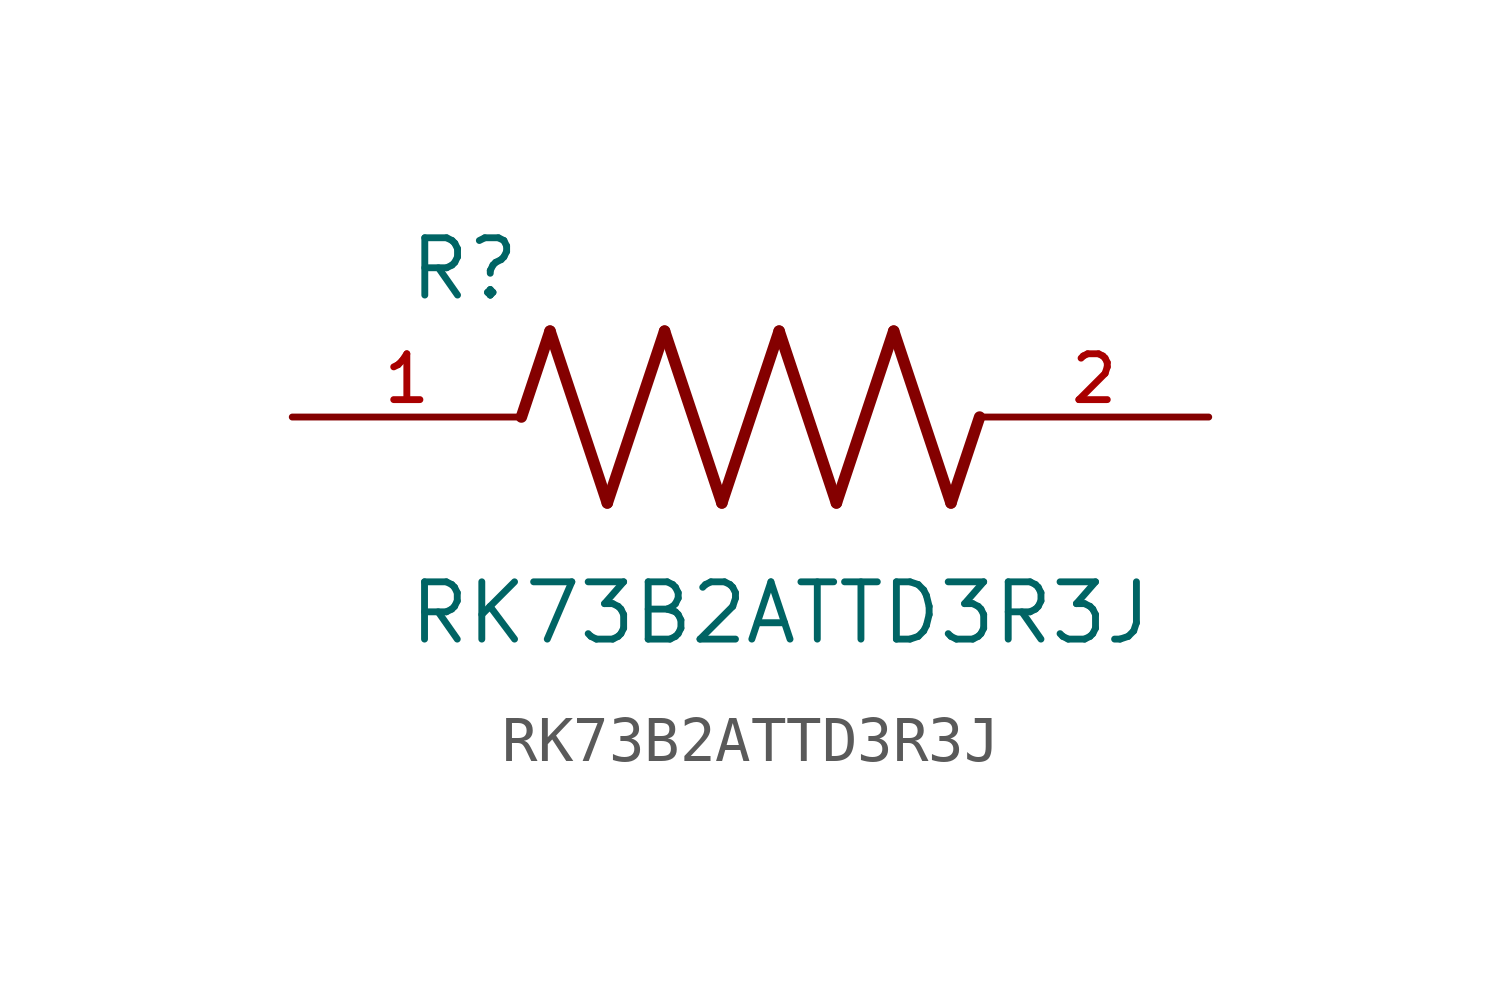
<source format=kicad_sym>
(kicad_symbol_lib
  (version 20211014)
  (generator kicad_symbol_editor)
  (symbol "RK73B2ATTD3R3J"
    (pin_names
      (offset 1.016))
    (property "Reference" "R"
      (at -7.624 2.541 0)
      (effects (font (size 1.27 1.27)) (justify bottom left)))
    (property "Value" "RK73B2ATTD3R3J"
      (at -7.63 -5.087 0)
      (effects (font (size 1.27 1.27)) (justify bottom left)))
    (symbol "RK73B2ATTD3R3J_0_0"
      (polyline (pts (xy -5.08 0.0) (xy -4.445 1.905)) (stroke (width 0.254)))
      (polyline (pts (xy -4.445 1.905) (xy -3.175 -1.905)) (stroke (width 0.254)))
      (polyline (pts (xy -3.175 -1.905) (xy -1.905 1.905)) (stroke (width 0.254)))
      (polyline (pts (xy -1.905 1.905) (xy -0.635 -1.905)) (stroke (width 0.254)))
      (polyline (pts (xy -0.635 -1.905) (xy 0.635 1.905)) (stroke (width 0.254)))
      (polyline (pts (xy 0.635 1.905) (xy 1.905 -1.905)) (stroke (width 0.254)))
      (polyline (pts (xy 1.905 -1.905) (xy 3.175 1.905)) (stroke (width 0.254)))
      (polyline (pts (xy 3.175 1.905) (xy 4.445 -1.905)) (stroke (width 0.254)))
      (polyline (pts (xy 4.445 -1.905) (xy 5.08 0.0)) (stroke (width 0.254)))
      (pin passive line (at -10.16 0.0 0) (length 5.08) (name "~" (effects (font (size 1.016 1.016)))) (number "1" (effects (font (size 1.016 1.016)))))
      (pin passive line (at 10.16 0.0 180.0) (length 5.08) (name "~" (effects (font (size 1.016 1.016)))) (number "2" (effects (font (size 1.016 1.016))))))))
</source>
